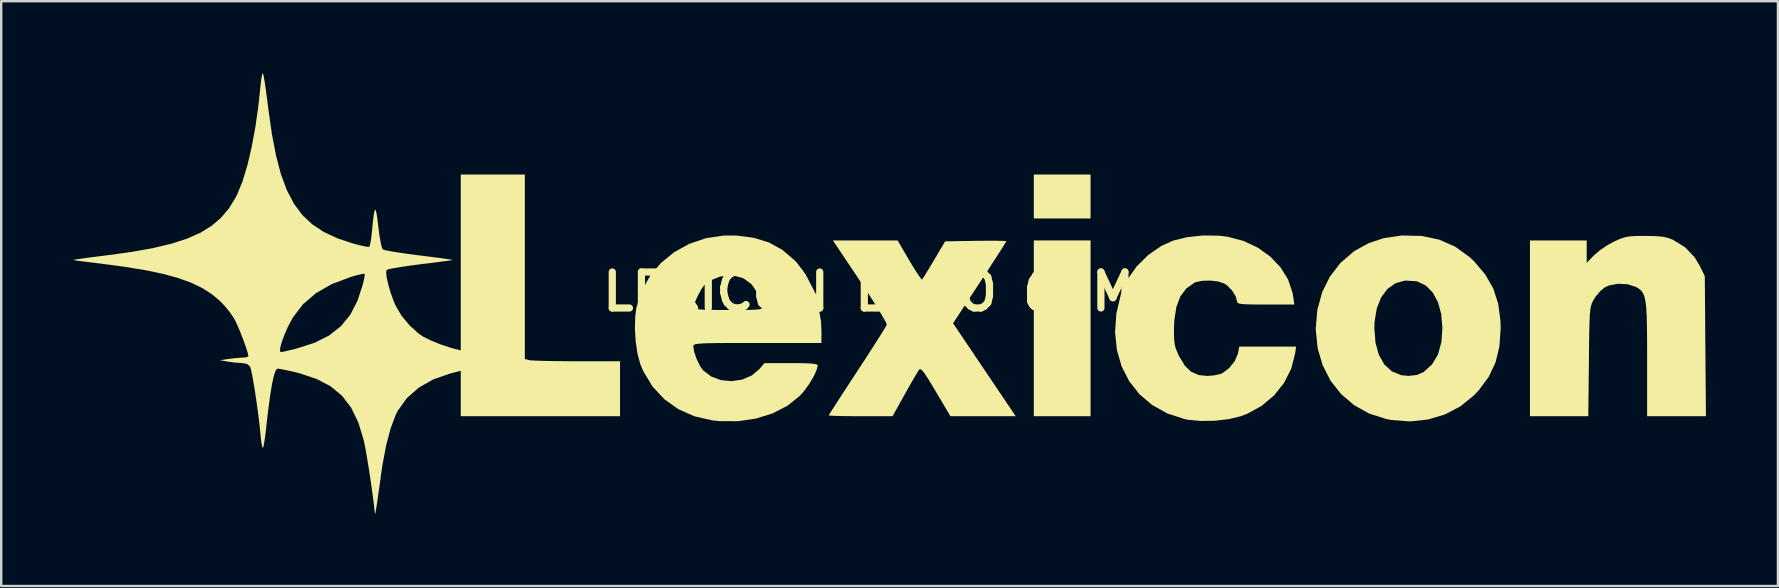
<source format=kicad_pcb>
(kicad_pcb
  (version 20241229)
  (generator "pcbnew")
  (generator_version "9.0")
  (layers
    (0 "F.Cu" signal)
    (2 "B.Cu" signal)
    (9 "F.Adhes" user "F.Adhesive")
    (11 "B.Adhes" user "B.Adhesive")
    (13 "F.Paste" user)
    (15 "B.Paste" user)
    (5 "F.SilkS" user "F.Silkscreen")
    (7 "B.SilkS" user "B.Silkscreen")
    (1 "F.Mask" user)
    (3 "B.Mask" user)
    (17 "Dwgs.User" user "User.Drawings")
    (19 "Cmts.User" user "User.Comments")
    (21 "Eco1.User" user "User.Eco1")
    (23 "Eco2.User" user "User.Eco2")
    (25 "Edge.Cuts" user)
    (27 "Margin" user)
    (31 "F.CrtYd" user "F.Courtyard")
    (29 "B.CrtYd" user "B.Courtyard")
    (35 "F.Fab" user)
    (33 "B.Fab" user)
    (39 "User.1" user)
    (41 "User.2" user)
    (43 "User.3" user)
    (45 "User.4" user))
  (footprint "LEXICON LOGO 60MM"
    (layer "F.Cu")
    (at 33.995 9.103)
    (property "Reference" "LEXICON LOGO 60MM" (at 0 0 0) (layer "F.SilkS") (effects (font (size 1.5 1.5) (thickness 0.3))))
    (attr board_only exclude_from_pos_files exclude_from_bom)
    (fp_poly (pts (xy 8.39 -3.966) (xy 8.39 -3.051) (xy 7.208 -3.051) (xy 6.026 -3.051) (xy 6.026 -3.966) (xy 6.026 -4.882) (xy 7.208 -4.882) (xy 8.39 -4.882)) (stroke (width 0) (type solid)) (fill yes) (layer "F.SilkS"))
    (fp_poly (pts (xy 8.39 1.526) (xy 8.39 5.187) (xy 7.208 5.187) (xy 6.026 5.187) (xy 6.026 1.526) (xy 6.026 -2.136) (xy 7.208 -2.136) (xy 8.39 -2.136)) (stroke (width 0) (type solid)) (fill yes) (layer "F.SilkS"))
    (fp_poly (pts (xy 31.502 -2.325) (xy 31.906 -2.317) (xy 32.201 -2.294) (xy 32.428 -2.248) (xy 32.63 -2.173) (xy 32.65 -2.164) (xy 33.156 -1.854) (xy 33.554 -1.439) (xy 33.768 -1.082) (xy 33.981 -0.648) (xy 34.004 2.269) (xy 34.028 5.187) (xy 32.803 5.187) (xy 31.578 5.187) (xy 31.578 2.82) (xy 31.577 2.094) (xy 31.572 1.505) (xy 31.561 1.036) (xy 31.541 0.672) (xy 31.509 0.397) (xy 31.464 0.195) (xy 31.402 0.049) (xy 31.321 -0.056) (xy 31.219 -0.136) (xy 31.108 -0.2) (xy 30.768 -0.31) (xy 30.379 -0.331) (xy 30.007 -0.265) (xy 29.821 -0.184) (xy 29.622 -0.022) (xy 29.43 0.208) (xy 29.366 0.309) (xy 29.312 0.409) (xy 29.269 0.505) (xy 29.235 0.617) (xy 29.21 0.762) (xy 29.192 0.959) (xy 29.179 1.227) (xy 29.169 1.585) (xy 29.161 2.05) (xy 29.154 2.643) (xy 29.152 2.918) (xy 29.127 5.187) (xy 27.912 5.187) (xy 26.697 5.187) (xy 26.697 1.526) (xy 26.697 -2.136) (xy 27.879 -2.136) (xy 29.061 -2.136) (xy 29.061 -1.669) (xy 29.061 -1.202) (xy 29.373 -1.524) (xy 29.611 -1.727) (xy 29.919 -1.936) (xy 30.193 -2.086) (xy 30.437 -2.196) (xy 30.64 -2.266) (xy 30.85 -2.305) (xy 31.115 -2.322) (xy 31.483 -2.325)) (stroke (width 0) (type solid)) (fill yes) (layer "F.SilkS"))
    (fp_poly (pts (xy 22.189 -2.323) (xy 22.918 -2.168) (xy 23.582 -1.875) (xy 24.18 -1.444) (xy 24.371 -1.264) (xy 24.836 -0.715) (xy 25.168 -0.133) (xy 25.375 0.505) (xy 25.469 1.225) (xy 25.476 1.526) (xy 25.424 2.283) (xy 25.261 2.951) (xy 24.977 3.55) (xy 24.564 4.106) (xy 24.371 4.311) (xy 23.804 4.773) (xy 23.158 5.112) (xy 22.452 5.324) (xy 21.703 5.404) (xy 20.929 5.346) (xy 20.702 5.302) (xy 19.994 5.075) (xy 19.366 4.724) (xy 18.827 4.264) (xy 18.389 3.707) (xy 18.06 3.066) (xy 17.851 2.354) (xy 17.773 1.584) (xy 17.772 1.526) (xy 20.213 1.526) (xy 20.262 2.13) (xy 20.403 2.636) (xy 20.631 3.034) (xy 20.941 3.317) (xy 21.325 3.476) (xy 21.632 3.508) (xy 21.982 3.471) (xy 22.264 3.345) (xy 22.279 3.335) (xy 22.624 3.022) (xy 22.866 2.613) (xy 23.006 2.102) (xy 23.049 1.51) (xy 23.001 0.934) (xy 22.864 0.437) (xy 22.647 0.035) (xy 22.357 -0.258) (xy 22.004 -0.426) (xy 21.949 -0.438) (xy 21.497 -0.465) (xy 21.099 -0.355) (xy 20.763 -0.12) (xy 20.5 0.231) (xy 20.317 0.688) (xy 20.224 1.242) (xy 20.213 1.526) (xy 17.772 1.526) (xy 17.84 0.747) (xy 18.039 0.024) (xy 18.362 -0.629) (xy 18.801 -1.199) (xy 19.349 -1.67) (xy 19.411 -1.712) (xy 19.983 -2.026) (xy 20.598 -2.23) (xy 21.294 -2.334) (xy 21.395 -2.341)) (stroke (width 0) (type solid)) (fill yes) (layer "F.SilkS"))
    (fp_poly (pts (xy 0.84 -1.3) (xy 1.027 -0.99) (xy 1.188 -0.738) (xy 1.306 -0.568) (xy 1.367 -0.504) (xy 1.37 -0.505) (xy 1.423 -0.583) (xy 1.536 -0.765) (xy 1.693 -1.023) (xy 1.871 -1.321) (xy 2.332 -2.098) (xy 3.607 -2.119) (xy 4.028 -2.123) (xy 4.391 -2.124) (xy 4.67 -2.119) (xy 4.84 -2.111) (xy 4.882 -2.103) (xy 4.842 -2.032) (xy 4.728 -1.851) (xy 4.553 -1.576) (xy 4.326 -1.225) (xy 4.06 -0.815) (xy 3.772 -0.376) (xy 2.662 1.315) (xy 3.967 3.251) (xy 5.271 5.187) (xy 3.912 5.187) (xy 2.552 5.187) (xy 1.943 4.16) (xy 1.709 3.77) (xy 1.538 3.497) (xy 1.417 3.326) (xy 1.333 3.242) (xy 1.276 3.228) (xy 1.242 3.256) (xy 1.172 3.366) (xy 1.045 3.58) (xy 0.877 3.871) (xy 0.687 4.208) (xy 0.645 4.282) (xy 0.141 5.187) (xy -1.188 5.187) (xy -1.619 5.185) (xy -1.992 5.18) (xy -2.282 5.172) (xy -2.464 5.162) (xy -2.517 5.153) (xy -2.477 5.083) (xy -2.363 4.902) (xy -2.186 4.626) (xy -1.957 4.272) (xy -1.686 3.857) (xy -1.384 3.396) (xy -1.323 3.303) (xy -1.014 2.83) (xy -0.733 2.395) (xy -0.49 2.016) (xy -0.296 1.708) (xy -0.164 1.491) (xy -0.102 1.38) (xy -0.1 1.373) (xy -0.133 1.281) (xy -0.242 1.082) (xy -0.415 0.792) (xy -0.641 0.429) (xy -0.91 0.011) (xy -1.208 -0.439) (xy -2.345 -2.136) (xy -0.997 -2.136) (xy 0.351 -2.136)) (stroke (width 0) (type solid)) (fill yes) (layer "F.SilkS"))
    (fp_poly (pts (xy 13.728 -2.335) (xy 14.098 -2.291) (xy 14.757 -2.117) (xy 15.356 -1.836) (xy 15.878 -1.463) (xy 16.305 -1.015) (xy 16.62 -0.507) (xy 16.806 0.046) (xy 16.83 0.188) (xy 16.878 0.534) (xy 15.685 0.534) (xy 15.233 0.533) (xy 14.911 0.527) (xy 14.698 0.514) (xy 14.572 0.493) (xy 14.511 0.459) (xy 14.493 0.412) (xy 14.492 0.4) (xy 14.433 0.184) (xy 14.282 -0.055) (xy 14.08 -0.262) (xy 13.951 -0.347) (xy 13.695 -0.428) (xy 13.369 -0.464) (xy 13.038 -0.454) (xy 12.769 -0.397) (xy 12.719 -0.375) (xy 12.379 -0.134) (xy 12.129 0.199) (xy 11.965 0.636) (xy 11.88 1.188) (xy 11.865 1.564) (xy 11.869 1.914) (xy 11.891 2.167) (xy 11.943 2.377) (xy 12.036 2.598) (xy 12.09 2.708) (xy 12.325 3.092) (xy 12.589 3.342) (xy 12.907 3.475) (xy 13.249 3.509) (xy 13.529 3.488) (xy 13.781 3.434) (xy 13.877 3.397) (xy 14.162 3.185) (xy 14.395 2.896) (xy 14.529 2.585) (xy 14.536 2.553) (xy 14.586 2.288) (xy 15.77 2.288) (xy 16.953 2.288) (xy 16.913 2.574) (xy 16.749 3.211) (xy 16.452 3.799) (xy 16.037 4.32) (xy 15.52 4.755) (xy 14.917 5.086) (xy 14.645 5.189) (xy 14.144 5.309) (xy 13.569 5.376) (xy 12.984 5.385) (xy 12.452 5.335) (xy 12.308 5.307) (xy 11.586 5.071) (xy 10.957 4.721) (xy 10.426 4.27) (xy 10 3.73) (xy 9.685 3.112) (xy 9.487 2.428) (xy 9.411 1.691) (xy 9.465 0.912) (xy 9.654 0.104) (xy 9.663 0.074) (xy 9.926 -0.51) (xy 10.312 -1.054) (xy 10.793 -1.53) (xy 11.341 -1.908) (xy 11.833 -2.129) (xy 12.416 -2.273) (xy 13.069 -2.343)) (stroke (width 0) (type solid)) (fill yes) (layer "F.SilkS"))
    (fp_poly (pts (xy -6.369 -2.34) (xy -5.641 -2.246) (xy -5.011 -2.052) (xy -4.456 -1.746) (xy -3.95 -1.317) (xy -3.836 -1.197) (xy -3.468 -0.7) (xy -3.169 -0.101) (xy -2.955 0.562) (xy -2.839 1.25) (xy -2.822 1.614) (xy -2.822 2.136) (xy -5.492 2.136) (xy -6.2 2.136) (xy -6.771 2.138) (xy -7.219 2.141) (xy -7.559 2.147) (xy -7.806 2.157) (xy -7.974 2.171) (xy -8.079 2.19) (xy -8.135 2.215) (xy -8.158 2.247) (xy -8.162 2.279) (xy -8.121 2.517) (xy -8.02 2.81) (xy -7.884 3.088) (xy -7.759 3.269) (xy -7.421 3.53) (xy -7.013 3.683) (xy -6.571 3.727) (xy -6.132 3.664) (xy -5.73 3.494) (xy -5.402 3.219) (xy -5.398 3.214) (xy -5.197 2.975) (xy -4.086 2.975) (xy -3.626 2.978) (xy -3.303 2.989) (xy -3.098 3.01) (xy -2.995 3.041) (xy -2.976 3.07) (xy -3.024 3.268) (xy -3.149 3.538) (xy -3.328 3.838) (xy -3.536 4.128) (xy -3.725 4.342) (xy -4.238 4.752) (xy -4.853 5.068) (xy -5.547 5.285) (xy -6.296 5.395) (xy -7.078 5.392) (xy -7.361 5.362) (xy -8.108 5.193) (xy -8.78 4.896) (xy -9.366 4.481) (xy -9.854 3.957) (xy -10.234 3.332) (xy -10.37 3.013) (xy -10.484 2.595) (xy -10.56 2.087) (xy -10.593 1.547) (xy -10.58 1.034) (xy -10.531 0.67) (xy -10.53 0.667) (xy -8.16 0.667) (xy -8.124 0.702) (xy -8.006 0.728) (xy -7.789 0.746) (xy -7.458 0.757) (xy -6.998 0.762) (xy -6.712 0.763) (xy -6.208 0.762) (xy -5.836 0.758) (xy -5.576 0.749) (xy -5.409 0.733) (xy -5.315 0.708) (xy -5.273 0.673) (xy -5.263 0.625) (xy -5.263 0.624) (xy -5.296 0.484) (xy -5.382 0.263) (xy -5.473 0.071) (xy -5.735 -0.311) (xy -6.067 -0.558) (xy -6.476 -0.675) (xy -6.658 -0.685) (xy -7.046 -0.631) (xy -7.416 -0.484) (xy -7.706 -0.269) (xy -7.719 -0.255) (xy -7.828 -0.098) (xy -7.953 0.13) (xy -8.066 0.374) (xy -8.143 0.58) (xy -8.16 0.667) (xy -10.53 0.667) (xy -10.312 -0.025) (xy -9.967 -0.65) (xy -9.512 -1.194) (xy -8.961 -1.645) (xy -8.33 -1.994) (xy -7.633 -2.229) (xy -6.886 -2.34)) (stroke (width 0) (type solid)) (fill yes) (layer "F.SilkS"))
    (fp_poly (pts (xy -26.09 -9.1) (xy -26.065 -9.008) (xy -26.026 -8.79) (xy -25.978 -8.47) (xy -25.923 -8.073) (xy -25.869 -7.641) (xy -25.721 -6.59) (xy -25.547 -5.679) (xy -25.341 -4.895) (xy -25.093 -4.229) (xy -24.799 -3.666) (xy -24.45 -3.197) (xy -24.038 -2.809) (xy -23.558 -2.491) (xy -23 -2.23) (xy -22.396 -2.026) (xy -22.095 -1.944) (xy -21.848 -1.888) (xy -21.694 -1.865) (xy -21.663 -1.869) (xy -21.628 -1.957) (xy -21.59 -2.159) (xy -21.556 -2.433) (xy -21.549 -2.502) (xy -21.506 -2.952) (xy -21.467 -3.251) (xy -21.431 -3.402) (xy -21.395 -3.406) (xy -21.357 -3.265) (xy -21.315 -2.981) (xy -21.286 -2.729) (xy -21.24 -2.372) (xy -21.189 -2.069) (xy -21.139 -1.854) (xy -21.099 -1.762) (xy -20.999 -1.73) (xy -20.772 -1.685) (xy -20.444 -1.631) (xy -20.041 -1.573) (xy -19.588 -1.514) (xy -19.587 -1.514) (xy -19.142 -1.458) (xy -18.756 -1.409) (xy -18.452 -1.367) (xy -18.252 -1.337) (xy -18.179 -1.323) (xy -18.179 -1.322) (xy -18.256 -1.308) (xy -18.46 -1.279) (xy -18.767 -1.238) (xy -19.151 -1.189) (xy -19.529 -1.143) (xy -19.966 -1.086) (xy -20.351 -1.029) (xy -20.659 -0.977) (xy -20.863 -0.934) (xy -20.936 -0.907) (xy -20.958 -0.795) (xy -20.931 -0.575) (xy -20.865 -0.283) (xy -20.767 0.047) (xy -20.647 0.381) (xy -20.561 0.584) (xy -20.315 1.001) (xy -19.98 1.406) (xy -19.605 1.743) (xy -19.411 1.874) (xy -19.086 2.036) (xy -18.677 2.2) (xy -18.251 2.341) (xy -18.058 2.392) (xy -17.849 2.444) (xy -17.849 -1.219) (xy -17.849 -4.882) (xy -16.514 -4.882) (xy -15.179 -4.882) (xy -15.179 -1.039) (xy -15.179 2.804) (xy -15.007 2.85) (xy -14.884 2.863) (xy -14.633 2.875) (xy -14.276 2.885) (xy -13.837 2.892) (xy -13.341 2.897) (xy -13.024 2.897) (xy -11.213 2.898) (xy -11.213 4.043) (xy -11.213 5.187) (xy -14.531 5.187) (xy -17.849 5.187) (xy -17.849 4.241) (xy -17.849 3.294) (xy -18.287 3.408) (xy -18.997 3.655) (xy -19.603 4) (xy -20.097 4.436) (xy -20.47 4.956) (xy -20.562 5.139) (xy -20.77 5.692) (xy -20.953 6.383) (xy -21.108 7.2) (xy -21.162 7.564) (xy -21.243 8.154) (xy -21.307 8.604) (xy -21.355 8.928) (xy -21.389 9.138) (xy -21.411 9.245) (xy -21.423 9.262) (xy -21.424 9.251) (xy -21.47 8.845) (xy -21.533 8.365) (xy -21.606 7.851) (xy -21.684 7.338) (xy -21.762 6.864) (xy -21.833 6.468) (xy -21.892 6.185) (xy -21.893 6.183) (xy -22.118 5.445) (xy -22.413 4.835) (xy -22.791 4.34) (xy -23.266 3.944) (xy -23.853 3.635) (xy -24.565 3.398) (xy -24.728 3.357) (xy -25.033 3.287) (xy -25.29 3.234) (xy -25.456 3.206) (xy -25.484 3.204) (xy -25.558 3.28) (xy -25.636 3.504) (xy -25.717 3.875) (xy -25.8 4.389) (xy -25.885 5.042) (xy -25.944 5.568) (xy -25.984 5.92) (xy -26.026 6.216) (xy -26.062 6.423) (xy -26.088 6.506) (xy -26.118 6.466) (xy -26.151 6.306) (xy -26.182 6.056) (xy -26.189 5.979) (xy -26.226 5.61) (xy -26.276 5.186) (xy -26.337 4.736) (xy -26.402 4.29) (xy -26.467 3.876) (xy -26.529 3.524) (xy -26.583 3.263) (xy -26.624 3.121) (xy -26.626 3.116) (xy -26.761 3.005) (xy -26.985 2.97) (xy -27.26 2.952) (xy -27.55 2.914) (xy -27.574 2.909) (xy -27.879 2.853) (xy -27.506 2.799) (xy -27.234 2.767) (xy -26.988 2.748) (xy -26.915 2.746) (xy -26.759 2.727) (xy -26.697 2.683) (xy -26.725 2.545) (xy -26.775 2.386) (xy -25.379 2.386) (xy -25.368 2.504) (xy -25.342 2.517) (xy -25.239 2.499) (xy -25.03 2.452) (xy -24.754 2.385) (xy -24.684 2.367) (xy -23.946 2.13) (xy -23.337 1.826) (xy -22.843 1.439) (xy -22.451 0.959) (xy -22.149 0.372) (xy -21.937 -0.275) (xy -21.88 -0.514) (xy -21.851 -0.687) (xy -21.852 -0.749) (xy -21.935 -0.743) (xy -22.125 -0.7) (xy -22.384 -0.629) (xy -22.44 -0.612) (xy -23.225 -0.316) (xy -23.883 0.061) (xy -24.422 0.525) (xy -24.846 1.079) (xy -25.054 1.47) (xy -25.216 1.849) (xy -25.326 2.161) (xy -25.379 2.386) (xy -26.775 2.386) (xy -26.8 2.308) (xy -26.906 2.012) (xy -27.028 1.698) (xy -27.151 1.405) (xy -27.26 1.174) (xy -27.277 1.142) (xy -27.448 0.883) (xy -27.68 0.596) (xy -27.879 0.388) (xy -28.227 0.098) (xy -28.626 -0.156) (xy -29.091 -0.379) (xy -29.635 -0.575) (xy -30.273 -0.748) (xy -31.02 -0.903) (xy -31.89 -1.044) (xy -32.898 -1.177) (xy -32.949 -1.183) (xy -33.326 -1.229) (xy -33.643 -1.269) (xy -33.873 -1.301) (xy -33.987 -1.321) (xy -33.995 -1.323) (xy -33.929 -1.338) (xy -33.735 -1.367) (xy -33.436 -1.408) (xy -33.055 -1.458) (xy -32.624 -1.511) (xy -31.584 -1.654) (xy -30.683 -1.814) (xy -29.909 -1.998) (xy -29.25 -2.211) (xy -28.693 -2.458) (xy -28.226 -2.747) (xy -27.835 -3.082) (xy -27.508 -3.47) (xy -27.233 -3.917) (xy -27.154 -4.074) (xy -26.942 -4.595) (xy -26.744 -5.246) (xy -26.564 -6.005) (xy -26.407 -6.851) (xy -26.278 -7.761) (xy -26.193 -8.566) (xy -26.163 -8.836) (xy -26.129 -9.025) (xy -26.098 -9.103)) (stroke (width 0) (type solid)) (fill yes) (layer "F.SilkS")))
  (gr_rect
    (start -3 -3)
    (end 71.022 21.365)
    (stroke (width 0.1) (type default))
    (fill no)
    (layer "Edge.Cuts")))
</source>
